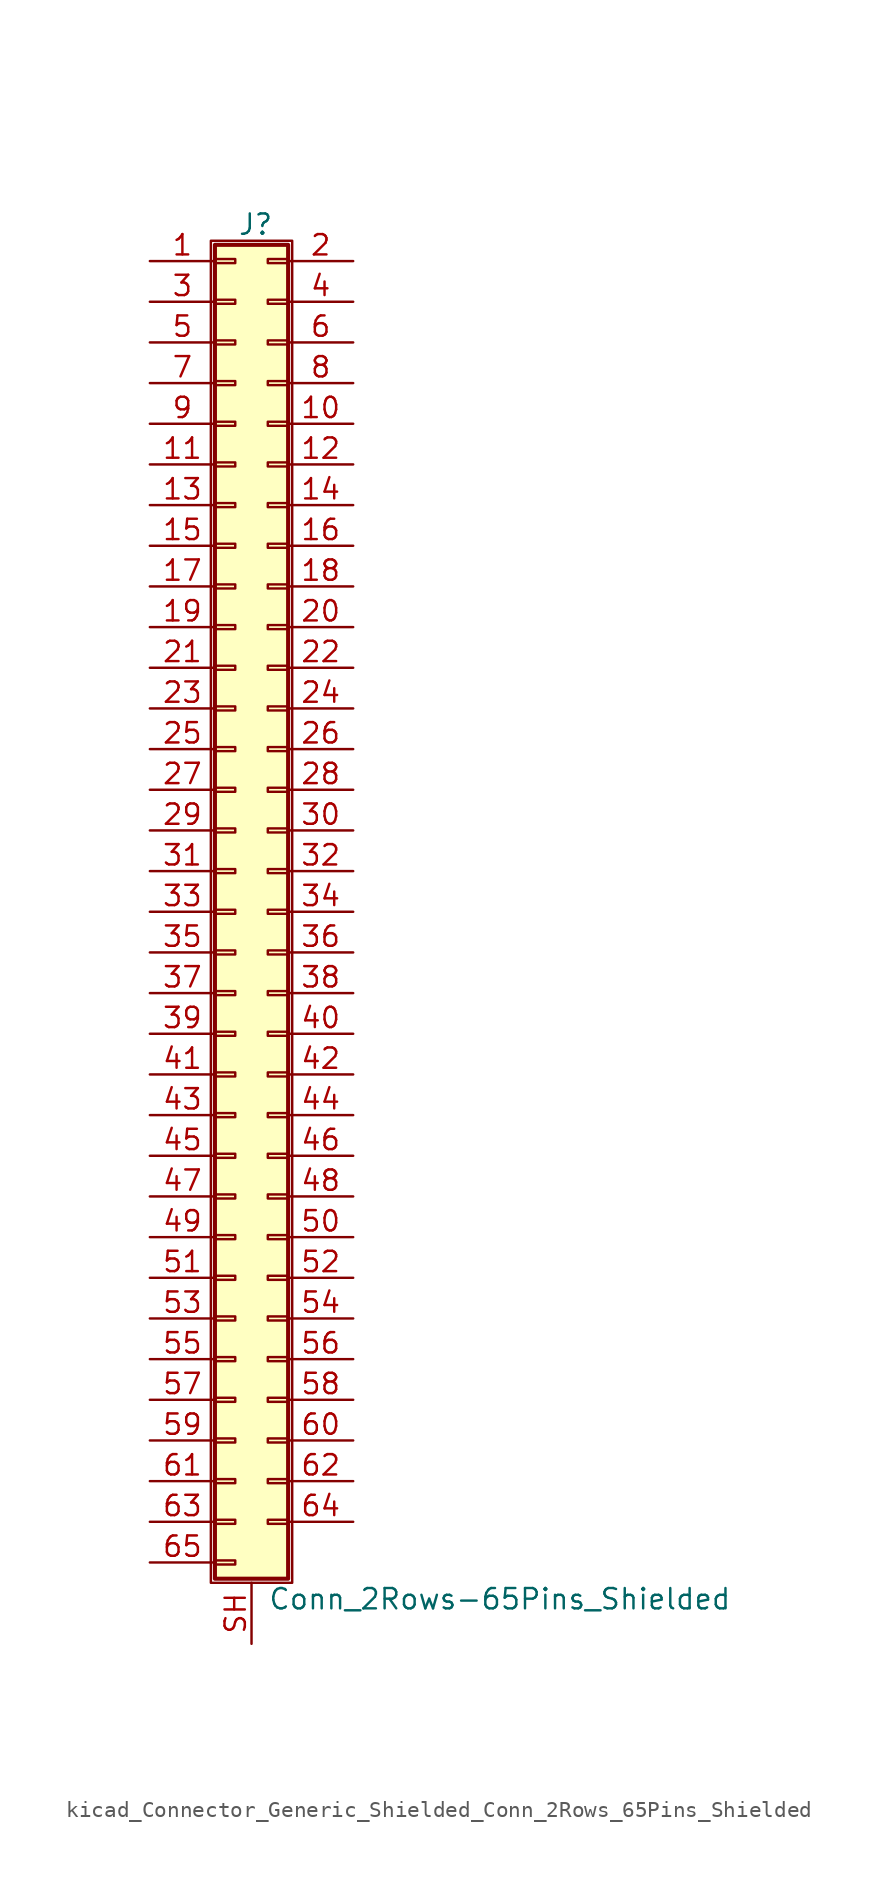
<source format=kicad_sym>
(kicad_symbol_lib
  (version 20220914)
  (generator kicad_symbol_editor)
  (symbol "kicad_Connector_Generic_Shielded_Conn_2Rows_65Pins_Shielded"
    (pin_names
      (offset 1.016) hide)
    (property "Reference" "J"
      (at 1.524 42.926 0)
      (effects (font (size 1.27 1.27))))
    (property "Value" "Conn_2Rows-65Pins_Shielded"
      (at 2.286 -42.926 0)
      (effects (font (size 1.27 1.27)) (justify left)))
    (symbol "kicad_Connector_Generic_Shielded_Conn_2Rows_65Pins_Shielded_1_1"
      (rectangle (start -1.27 41.91) (end 3.81 -41.91) (stroke (width 0.152) (type default)) (fill (type none)))
      (rectangle (start -1.016 -40.513) (end 0.254 -40.767) (stroke (width 0.152) (type default)) (fill (type none)))
      (rectangle (start -1.016 -37.973) (end 0.254 -38.227) (stroke (width 0.152) (type default)) (fill (type none)))
      (rectangle (start -1.016 -35.433) (end 0.254 -35.687) (stroke (width 0.152) (type default)) (fill (type none)))
      (rectangle (start -1.016 -32.893) (end 0.254 -33.147) (stroke (width 0.152) (type default)) (fill (type none)))
      (rectangle (start -1.016 -30.353) (end 0.254 -30.607) (stroke (width 0.152) (type default)) (fill (type none)))
      (rectangle (start -1.016 -27.813) (end 0.254 -28.067) (stroke (width 0.152) (type default)) (fill (type none)))
      (rectangle (start -1.016 -25.273) (end 0.254 -25.527) (stroke (width 0.152) (type default)) (fill (type none)))
      (rectangle (start -1.016 -22.733) (end 0.254 -22.987) (stroke (width 0.152) (type default)) (fill (type none)))
      (rectangle (start -1.016 -20.193) (end 0.254 -20.447) (stroke (width 0.152) (type default)) (fill (type none)))
      (rectangle (start -1.016 -17.653) (end 0.254 -17.907) (stroke (width 0.152) (type default)) (fill (type none)))
      (rectangle (start -1.016 -15.113) (end 0.254 -15.367) (stroke (width 0.152) (type default)) (fill (type none)))
      (rectangle (start -1.016 -12.573) (end 0.254 -12.827) (stroke (width 0.152) (type default)) (fill (type none)))
      (rectangle (start -1.016 -10.033) (end 0.254 -10.287) (stroke (width 0.152) (type default)) (fill (type none)))
      (rectangle (start -1.016 -7.493) (end 0.254 -7.747) (stroke (width 0.152) (type default)) (fill (type none)))
      (rectangle (start -1.016 -4.953) (end 0.254 -5.207) (stroke (width 0.152) (type default)) (fill (type none)))
      (rectangle (start -1.016 -2.413) (end 0.254 -2.667) (stroke (width 0.152) (type default)) (fill (type none)))
      (rectangle (start -1.016 0.127) (end 0.254 -0.127) (stroke (width 0.152) (type default)) (fill (type none)))
      (rectangle (start -1.016 2.667) (end 0.254 2.413) (stroke (width 0.152) (type default)) (fill (type none)))
      (rectangle (start -1.016 5.207) (end 0.254 4.953) (stroke (width 0.152) (type default)) (fill (type none)))
      (rectangle (start -1.016 7.747) (end 0.254 7.493) (stroke (width 0.152) (type default)) (fill (type none)))
      (rectangle (start -1.016 10.287) (end 0.254 10.033) (stroke (width 0.152) (type default)) (fill (type none)))
      (rectangle (start -1.016 12.827) (end 0.254 12.573) (stroke (width 0.152) (type default)) (fill (type none)))
      (rectangle (start -1.016 15.367) (end 0.254 15.113) (stroke (width 0.152) (type default)) (fill (type none)))
      (rectangle (start -1.016 17.907) (end 0.254 17.653) (stroke (width 0.152) (type default)) (fill (type none)))
      (rectangle (start -1.016 20.447) (end 0.254 20.193) (stroke (width 0.152) (type default)) (fill (type none)))
      (rectangle (start -1.016 22.987) (end 0.254 22.733) (stroke (width 0.152) (type default)) (fill (type none)))
      (rectangle (start -1.016 25.527) (end 0.254 25.273) (stroke (width 0.152) (type default)) (fill (type none)))
      (rectangle (start -1.016 28.067) (end 0.254 27.813) (stroke (width 0.152) (type default)) (fill (type none)))
      (rectangle (start -1.016 30.607) (end 0.254 30.353) (stroke (width 0.152) (type default)) (fill (type none)))
      (rectangle (start -1.016 33.147) (end 0.254 32.893) (stroke (width 0.152) (type default)) (fill (type none)))
      (rectangle (start -1.016 35.687) (end 0.254 35.433) (stroke (width 0.152) (type default)) (fill (type none)))
      (rectangle (start -1.016 38.227) (end 0.254 37.973) (stroke (width 0.152) (type default)) (fill (type none)))
      (rectangle (start -1.016 40.767) (end 0.254 40.513) (stroke (width 0.152) (type default)) (fill (type none)))
      (rectangle (start -1.016 41.656) (end 3.556 -41.656) (stroke (width 0.254) (type default)) (fill (type background)))
      (rectangle (start 3.556 -37.973) (end 2.286 -38.227) (stroke (width 0.152) (type default)) (fill (type none)))
      (rectangle (start 3.556 -35.433) (end 2.286 -35.687) (stroke (width 0.152) (type default)) (fill (type none)))
      (rectangle (start 3.556 -32.893) (end 2.286 -33.147) (stroke (width 0.152) (type default)) (fill (type none)))
      (rectangle (start 3.556 -30.353) (end 2.286 -30.607) (stroke (width 0.152) (type default)) (fill (type none)))
      (rectangle (start 3.556 -27.813) (end 2.286 -28.067) (stroke (width 0.152) (type default)) (fill (type none)))
      (rectangle (start 3.556 -25.273) (end 2.286 -25.527) (stroke (width 0.152) (type default)) (fill (type none)))
      (rectangle (start 3.556 -22.733) (end 2.286 -22.987) (stroke (width 0.152) (type default)) (fill (type none)))
      (rectangle (start 3.556 -20.193) (end 2.286 -20.447) (stroke (width 0.152) (type default)) (fill (type none)))
      (rectangle (start 3.556 -17.653) (end 2.286 -17.907) (stroke (width 0.152) (type default)) (fill (type none)))
      (rectangle (start 3.556 -15.113) (end 2.286 -15.367) (stroke (width 0.152) (type default)) (fill (type none)))
      (rectangle (start 3.556 -12.573) (end 2.286 -12.827) (stroke (width 0.152) (type default)) (fill (type none)))
      (rectangle (start 3.556 -10.033) (end 2.286 -10.287) (stroke (width 0.152) (type default)) (fill (type none)))
      (rectangle (start 3.556 -7.493) (end 2.286 -7.747) (stroke (width 0.152) (type default)) (fill (type none)))
      (rectangle (start 3.556 -4.953) (end 2.286 -5.207) (stroke (width 0.152) (type default)) (fill (type none)))
      (rectangle (start 3.556 -2.413) (end 2.286 -2.667) (stroke (width 0.152) (type default)) (fill (type none)))
      (rectangle (start 3.556 0.127) (end 2.286 -0.127) (stroke (width 0.152) (type default)) (fill (type none)))
      (rectangle (start 3.556 2.667) (end 2.286 2.413) (stroke (width 0.152) (type default)) (fill (type none)))
      (rectangle (start 3.556 5.207) (end 2.286 4.953) (stroke (width 0.152) (type default)) (fill (type none)))
      (rectangle (start 3.556 7.747) (end 2.286 7.493) (stroke (width 0.152) (type default)) (fill (type none)))
      (rectangle (start 3.556 10.287) (end 2.286 10.033) (stroke (width 0.152) (type default)) (fill (type none)))
      (rectangle (start 3.556 12.827) (end 2.286 12.573) (stroke (width 0.152) (type default)) (fill (type none)))
      (rectangle (start 3.556 15.367) (end 2.286 15.113) (stroke (width 0.152) (type default)) (fill (type none)))
      (rectangle (start 3.556 17.907) (end 2.286 17.653) (stroke (width 0.152) (type default)) (fill (type none)))
      (rectangle (start 3.556 20.447) (end 2.286 20.193) (stroke (width 0.152) (type default)) (fill (type none)))
      (rectangle (start 3.556 22.987) (end 2.286 22.733) (stroke (width 0.152) (type default)) (fill (type none)))
      (rectangle (start 3.556 25.527) (end 2.286 25.273) (stroke (width 0.152) (type default)) (fill (type none)))
      (rectangle (start 3.556 28.067) (end 2.286 27.813) (stroke (width 0.152) (type default)) (fill (type none)))
      (rectangle (start 3.556 30.607) (end 2.286 30.353) (stroke (width 0.152) (type default)) (fill (type none)))
      (rectangle (start 3.556 33.147) (end 2.286 32.893) (stroke (width 0.152) (type default)) (fill (type none)))
      (rectangle (start 3.556 35.687) (end 2.286 35.433) (stroke (width 0.152) (type default)) (fill (type none)))
      (rectangle (start 3.556 38.227) (end 2.286 37.973) (stroke (width 0.152) (type default)) (fill (type none)))
      (rectangle (start 3.556 40.767) (end 2.286 40.513) (stroke (width 0.152) (type default)) (fill (type none)))
      (pin passive line (at -5.08 40.64 0) (length 4.064) (name "Pin_1" (effects (font (size 1.27 1.27)))) (number "1" (effects (font (size 1.27 1.27)))))
      (pin passive line (at 7.62 30.48 180) (length 4.064) (name "Pin_10" (effects (font (size 1.27 1.27)))) (number "10" (effects (font (size 1.27 1.27)))))
      (pin passive line (at -5.08 27.94 0) (length 4.064) (name "Pin_11" (effects (font (size 1.27 1.27)))) (number "11" (effects (font (size 1.27 1.27)))))
      (pin passive line (at 7.62 27.94 180) (length 4.064) (name "Pin_12" (effects (font (size 1.27 1.27)))) (number "12" (effects (font (size 1.27 1.27)))))
      (pin passive line (at -5.08 25.4 0) (length 4.064) (name "Pin_13" (effects (font (size 1.27 1.27)))) (number "13" (effects (font (size 1.27 1.27)))))
      (pin passive line (at 7.62 25.4 180) (length 4.064) (name "Pin_14" (effects (font (size 1.27 1.27)))) (number "14" (effects (font (size 1.27 1.27)))))
      (pin passive line (at -5.08 22.86 0) (length 4.064) (name "Pin_15" (effects (font (size 1.27 1.27)))) (number "15" (effects (font (size 1.27 1.27)))))
      (pin passive line (at 7.62 22.86 180) (length 4.064) (name "Pin_16" (effects (font (size 1.27 1.27)))) (number "16" (effects (font (size 1.27 1.27)))))
      (pin passive line (at -5.08 20.32 0) (length 4.064) (name "Pin_17" (effects (font (size 1.27 1.27)))) (number "17" (effects (font (size 1.27 1.27)))))
      (pin passive line (at 7.62 20.32 180) (length 4.064) (name "Pin_18" (effects (font (size 1.27 1.27)))) (number "18" (effects (font (size 1.27 1.27)))))
      (pin passive line (at -5.08 17.78 0) (length 4.064) (name "Pin_19" (effects (font (size 1.27 1.27)))) (number "19" (effects (font (size 1.27 1.27)))))
      (pin passive line (at 7.62 40.64 180) (length 4.064) (name "Pin_2" (effects (font (size 1.27 1.27)))) (number "2" (effects (font (size 1.27 1.27)))))
      (pin passive line (at 7.62 17.78 180) (length 4.064) (name "Pin_20" (effects (font (size 1.27 1.27)))) (number "20" (effects (font (size 1.27 1.27)))))
      (pin passive line (at -5.08 15.24 0) (length 4.064) (name "Pin_21" (effects (font (size 1.27 1.27)))) (number "21" (effects (font (size 1.27 1.27)))))
      (pin passive line (at 7.62 15.24 180) (length 4.064) (name "Pin_22" (effects (font (size 1.27 1.27)))) (number "22" (effects (font (size 1.27 1.27)))))
      (pin passive line (at -5.08 12.7 0) (length 4.064) (name "Pin_23" (effects (font (size 1.27 1.27)))) (number "23" (effects (font (size 1.27 1.27)))))
      (pin passive line (at 7.62 12.7 180) (length 4.064) (name "Pin_24" (effects (font (size 1.27 1.27)))) (number "24" (effects (font (size 1.27 1.27)))))
      (pin passive line (at -5.08 10.16 0) (length 4.064) (name "Pin_25" (effects (font (size 1.27 1.27)))) (number "25" (effects (font (size 1.27 1.27)))))
      (pin passive line (at 7.62 10.16 180) (length 4.064) (name "Pin_26" (effects (font (size 1.27 1.27)))) (number "26" (effects (font (size 1.27 1.27)))))
      (pin passive line (at -5.08 7.62 0) (length 4.064) (name "Pin_27" (effects (font (size 1.27 1.27)))) (number "27" (effects (font (size 1.27 1.27)))))
      (pin passive line (at 7.62 7.62 180) (length 4.064) (name "Pin_28" (effects (font (size 1.27 1.27)))) (number "28" (effects (font (size 1.27 1.27)))))
      (pin passive line (at -5.08 5.08 0) (length 4.064) (name "Pin_29" (effects (font (size 1.27 1.27)))) (number "29" (effects (font (size 1.27 1.27)))))
      (pin passive line (at -5.08 38.1 0) (length 4.064) (name "Pin_3" (effects (font (size 1.27 1.27)))) (number "3" (effects (font (size 1.27 1.27)))))
      (pin passive line (at 7.62 5.08 180) (length 4.064) (name "Pin_30" (effects (font (size 1.27 1.27)))) (number "30" (effects (font (size 1.27 1.27)))))
      (pin passive line (at -5.08 2.54 0) (length 4.064) (name "Pin_31" (effects (font (size 1.27 1.27)))) (number "31" (effects (font (size 1.27 1.27)))))
      (pin passive line (at 7.62 2.54 180) (length 4.064) (name "Pin_32" (effects (font (size 1.27 1.27)))) (number "32" (effects (font (size 1.27 1.27)))))
      (pin passive line (at -5.08 0 0) (length 4.064) (name "Pin_33" (effects (font (size 1.27 1.27)))) (number "33" (effects (font (size 1.27 1.27)))))
      (pin passive line (at 7.62 0 180) (length 4.064) (name "Pin_34" (effects (font (size 1.27 1.27)))) (number "34" (effects (font (size 1.27 1.27)))))
      (pin passive line (at -5.08 -2.54 0) (length 4.064) (name "Pin_35" (effects (font (size 1.27 1.27)))) (number "35" (effects (font (size 1.27 1.27)))))
      (pin passive line (at 7.62 -2.54 180) (length 4.064) (name "Pin_36" (effects (font (size 1.27 1.27)))) (number "36" (effects (font (size 1.27 1.27)))))
      (pin passive line (at -5.08 -5.08 0) (length 4.064) (name "Pin_37" (effects (font (size 1.27 1.27)))) (number "37" (effects (font (size 1.27 1.27)))))
      (pin passive line (at 7.62 -5.08 180) (length 4.064) (name "Pin_38" (effects (font (size 1.27 1.27)))) (number "38" (effects (font (size 1.27 1.27)))))
      (pin passive line (at -5.08 -7.62 0) (length 4.064) (name "Pin_39" (effects (font (size 1.27 1.27)))) (number "39" (effects (font (size 1.27 1.27)))))
      (pin passive line (at 7.62 38.1 180) (length 4.064) (name "Pin_4" (effects (font (size 1.27 1.27)))) (number "4" (effects (font (size 1.27 1.27)))))
      (pin passive line (at 7.62 -7.62 180) (length 4.064) (name "Pin_40" (effects (font (size 1.27 1.27)))) (number "40" (effects (font (size 1.27 1.27)))))
      (pin passive line (at -5.08 -10.16 0) (length 4.064) (name "Pin_41" (effects (font (size 1.27 1.27)))) (number "41" (effects (font (size 1.27 1.27)))))
      (pin passive line (at 7.62 -10.16 180) (length 4.064) (name "Pin_42" (effects (font (size 1.27 1.27)))) (number "42" (effects (font (size 1.27 1.27)))))
      (pin passive line (at -5.08 -12.7 0) (length 4.064) (name "Pin_43" (effects (font (size 1.27 1.27)))) (number "43" (effects (font (size 1.27 1.27)))))
      (pin passive line (at 7.62 -12.7 180) (length 4.064) (name "Pin_44" (effects (font (size 1.27 1.27)))) (number "44" (effects (font (size 1.27 1.27)))))
      (pin passive line (at -5.08 -15.24 0) (length 4.064) (name "Pin_45" (effects (font (size 1.27 1.27)))) (number "45" (effects (font (size 1.27 1.27)))))
      (pin passive line (at 7.62 -15.24 180) (length 4.064) (name "Pin_46" (effects (font (size 1.27 1.27)))) (number "46" (effects (font (size 1.27 1.27)))))
      (pin passive line (at -5.08 -17.78 0) (length 4.064) (name "Pin_47" (effects (font (size 1.27 1.27)))) (number "47" (effects (font (size 1.27 1.27)))))
      (pin passive line (at 7.62 -17.78 180) (length 4.064) (name "Pin_48" (effects (font (size 1.27 1.27)))) (number "48" (effects (font (size 1.27 1.27)))))
      (pin passive line (at -5.08 -20.32 0) (length 4.064) (name "Pin_49" (effects (font (size 1.27 1.27)))) (number "49" (effects (font (size 1.27 1.27)))))
      (pin passive line (at -5.08 35.56 0) (length 4.064) (name "Pin_5" (effects (font (size 1.27 1.27)))) (number "5" (effects (font (size 1.27 1.27)))))
      (pin passive line (at 7.62 -20.32 180) (length 4.064) (name "Pin_50" (effects (font (size 1.27 1.27)))) (number "50" (effects (font (size 1.27 1.27)))))
      (pin passive line (at -5.08 -22.86 0) (length 4.064) (name "Pin_51" (effects (font (size 1.27 1.27)))) (number "51" (effects (font (size 1.27 1.27)))))
      (pin passive line (at 7.62 -22.86 180) (length 4.064) (name "Pin_52" (effects (font (size 1.27 1.27)))) (number "52" (effects (font (size 1.27 1.27)))))
      (pin passive line (at -5.08 -25.4 0) (length 4.064) (name "Pin_53" (effects (font (size 1.27 1.27)))) (number "53" (effects (font (size 1.27 1.27)))))
      (pin passive line (at 7.62 -25.4 180) (length 4.064) (name "Pin_54" (effects (font (size 1.27 1.27)))) (number "54" (effects (font (size 1.27 1.27)))))
      (pin passive line (at -5.08 -27.94 0) (length 4.064) (name "Pin_55" (effects (font (size 1.27 1.27)))) (number "55" (effects (font (size 1.27 1.27)))))
      (pin passive line (at 7.62 -27.94 180) (length 4.064) (name "Pin_56" (effects (font (size 1.27 1.27)))) (number "56" (effects (font (size 1.27 1.27)))))
      (pin passive line (at -5.08 -30.48 0) (length 4.064) (name "Pin_57" (effects (font (size 1.27 1.27)))) (number "57" (effects (font (size 1.27 1.27)))))
      (pin passive line (at 7.62 -30.48 180) (length 4.064) (name "Pin_58" (effects (font (size 1.27 1.27)))) (number "58" (effects (font (size 1.27 1.27)))))
      (pin passive line (at -5.08 -33.02 0) (length 4.064) (name "Pin_59" (effects (font (size 1.27 1.27)))) (number "59" (effects (font (size 1.27 1.27)))))
      (pin passive line (at 7.62 35.56 180) (length 4.064) (name "Pin_6" (effects (font (size 1.27 1.27)))) (number "6" (effects (font (size 1.27 1.27)))))
      (pin passive line (at 7.62 -33.02 180) (length 4.064) (name "Pin_60" (effects (font (size 1.27 1.27)))) (number "60" (effects (font (size 1.27 1.27)))))
      (pin passive line (at -5.08 -35.56 0) (length 4.064) (name "Pin_61" (effects (font (size 1.27 1.27)))) (number "61" (effects (font (size 1.27 1.27)))))
      (pin passive line (at 7.62 -35.56 180) (length 4.064) (name "Pin_62" (effects (font (size 1.27 1.27)))) (number "62" (effects (font (size 1.27 1.27)))))
      (pin passive line (at -5.08 -38.1 0) (length 4.064) (name "Pin_63" (effects (font (size 1.27 1.27)))) (number "63" (effects (font (size 1.27 1.27)))))
      (pin passive line (at 7.62 -38.1 180) (length 4.064) (name "Pin_64" (effects (font (size 1.27 1.27)))) (number "64" (effects (font (size 1.27 1.27)))))
      (pin passive line (at -5.08 -40.64 0) (length 4.064) (name "Pin_65" (effects (font (size 1.27 1.27)))) (number "65" (effects (font (size 1.27 1.27)))))
      (pin passive line (at -5.08 33.02 0) (length 4.064) (name "Pin_7" (effects (font (size 1.27 1.27)))) (number "7" (effects (font (size 1.27 1.27)))))
      (pin passive line (at 7.62 33.02 180) (length 4.064) (name "Pin_8" (effects (font (size 1.27 1.27)))) (number "8" (effects (font (size 1.27 1.27)))))
      (pin passive line (at -5.08 30.48 0) (length 4.064) (name "Pin_9" (effects (font (size 1.27 1.27)))) (number "9" (effects (font (size 1.27 1.27)))))
      (pin passive line (at 1.27 -45.72 90) (length 3.81) (name "Shield" (effects (font (size 1.27 1.27)))) (number "SH" (effects (font (size 1.27 1.27))))))))
</source>
